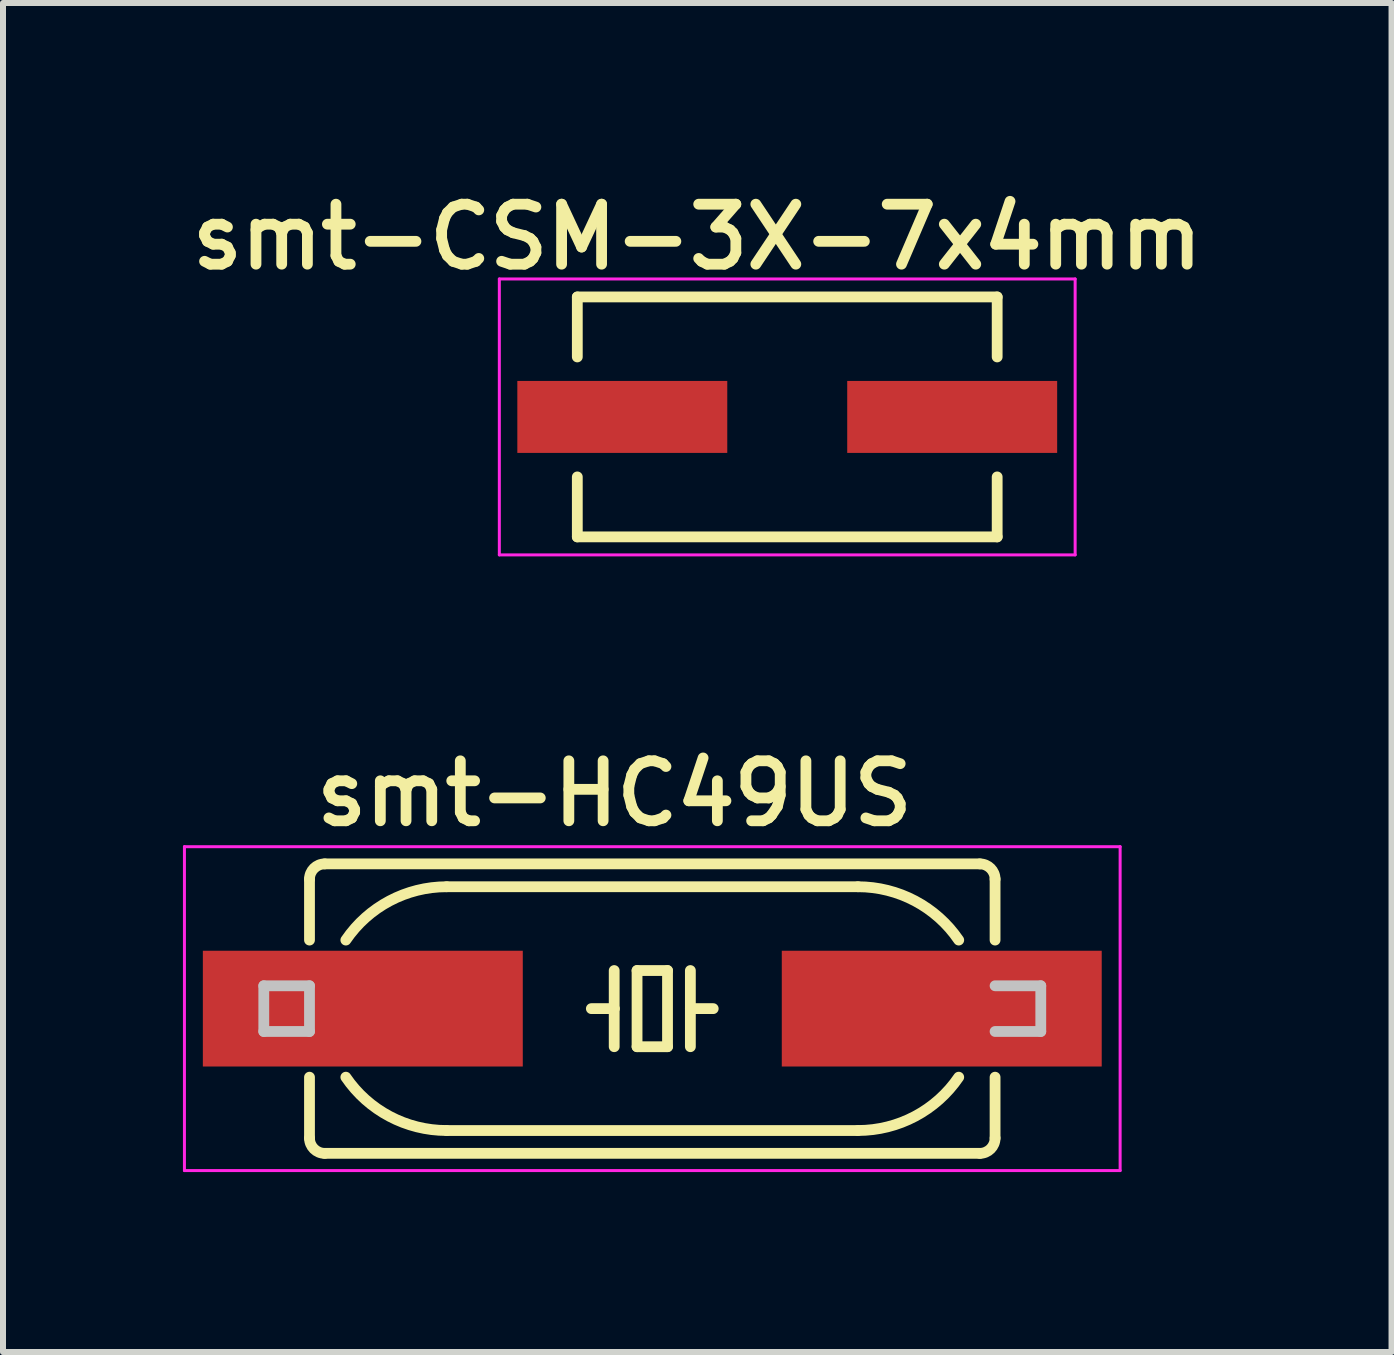
<source format=kicad_pcb>
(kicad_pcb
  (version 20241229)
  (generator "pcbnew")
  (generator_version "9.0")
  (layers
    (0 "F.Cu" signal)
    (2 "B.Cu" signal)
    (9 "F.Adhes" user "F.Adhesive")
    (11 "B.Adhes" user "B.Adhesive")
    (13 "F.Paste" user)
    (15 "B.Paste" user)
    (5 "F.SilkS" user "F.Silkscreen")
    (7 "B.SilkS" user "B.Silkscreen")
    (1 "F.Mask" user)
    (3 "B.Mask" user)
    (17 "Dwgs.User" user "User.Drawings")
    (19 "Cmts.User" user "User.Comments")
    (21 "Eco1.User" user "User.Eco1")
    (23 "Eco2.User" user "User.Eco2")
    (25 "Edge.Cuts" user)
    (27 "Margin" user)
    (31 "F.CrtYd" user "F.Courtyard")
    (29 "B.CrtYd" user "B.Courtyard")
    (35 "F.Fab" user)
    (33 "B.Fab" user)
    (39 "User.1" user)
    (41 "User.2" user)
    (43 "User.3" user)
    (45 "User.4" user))
  (footprint "smt-HC49US"
    (layer "F.Cu")
    (at 7.825 13.766)
    (property "Reference" "smt-HC49US" (at -5.7 -3 0) (layer "F.SilkS") (effects (font (size 1 1) (thickness 0.18)) (justify left bottom)))
    (attr through_hole)
    (fp_line (start -5.715 -1.143) (end -5.715 -2.159) (stroke (width 0.18) (type solid)) (layer "F.SilkS"))
    (fp_line (start -5.715 2.159) (end -5.715 1.143) (stroke (width 0.18) (type solid)) (layer "F.SilkS"))
    (fp_line (start -3.429 -2.032) (end 3.429 -2.032) (stroke (width 0.18) (type solid)) (layer "F.SilkS"))
    (fp_line (start -0.635 -0.635) (end -0.635 0) (stroke (width 0.18) (type solid)) (layer "F.SilkS"))
    (fp_line (start -0.635 0) (end -1.016 0) (stroke (width 0.18) (type solid)) (layer "F.SilkS"))
    (fp_line (start -0.635 0) (end -0.635 0.635) (stroke (width 0.18) (type solid)) (layer "F.SilkS"))
    (fp_line (start -0.254 -0.635) (end -0.254 0.635) (stroke (width 0.18) (type solid)) (layer "F.SilkS"))
    (fp_line (start -0.254 0.635) (end 0.254 0.635) (stroke (width 0.18) (type solid)) (layer "F.SilkS"))
    (fp_line (start 0.254 -0.635) (end -0.254 -0.635) (stroke (width 0.18) (type solid)) (layer "F.SilkS"))
    (fp_line (start 0.254 0.635) (end 0.254 -0.635) (stroke (width 0.18) (type solid)) (layer "F.SilkS"))
    (fp_line (start 0.635 -0.635) (end 0.635 0) (stroke (width 0.18) (type solid)) (layer "F.SilkS"))
    (fp_line (start 0.635 0) (end 0.635 0.635) (stroke (width 0.18) (type solid)) (layer "F.SilkS"))
    (fp_line (start 0.635 0) (end 1.016 0) (stroke (width 0.18) (type solid)) (layer "F.SilkS"))
    (fp_line (start 3.429 2.032) (end -3.429 2.032) (stroke (width 0.18) (type solid)) (layer "F.SilkS"))
    (fp_line (start 5.461 -2.413) (end -5.461 -2.413) (stroke (width 0.18) (type solid)) (layer "F.SilkS"))
    (fp_line (start 5.461 2.413) (end -5.461 2.413) (stroke (width 0.18) (type solid)) (layer "F.SilkS"))
    (fp_line (start 5.715 -1.143) (end 5.715 -2.159) (stroke (width 0.18) (type solid)) (layer "F.SilkS"))
    (fp_line (start 5.715 2.159) (end 5.715 1.143) (stroke (width 0.18) (type solid)) (layer "F.SilkS"))
    (fp_arc (start -5.715 -2.159) (mid -5.640605 -2.338605) (end -5.461 -2.413) (stroke (width 0.18) (type solid)) (layer "F.SilkS"))
    (fp_arc (start -5.461 2.413) (mid -5.640605 2.338605) (end -5.715 2.159) (stroke (width 0.18) (type solid)) (layer "F.SilkS"))
    (fp_arc (start -5.1091 -1.143) (mid -4.379417 -1.796107) (end -3.429 -2.032101) (stroke (width 0.18) (type solid)) (layer "F.SilkS"))
    (fp_arc (start -3.429 2.032001) (mid -4.379408 1.796063) (end -5.1091 1.143) (stroke (width 0.18) (type solid)) (layer "F.SilkS"))
    (fp_arc (start 3.429 -2.032) (mid 4.379408 -1.796062) (end 5.1091 -1.142999) (stroke (width 0.18) (type solid)) (layer "F.SilkS"))
    (fp_arc (start 5.109 1.142899) (mid 4.379368 1.795994) (end 3.429 2.032) (stroke (width 0.18) (type solid)) (layer "F.SilkS"))
    (fp_arc (start 5.461 -2.413) (mid 5.640605 -2.338605) (end 5.715 -2.159) (stroke (width 0.18) (type solid)) (layer "F.SilkS"))
    (fp_arc (start 5.715 2.159) (mid 5.640605 2.338605) (end 5.461 2.413) (stroke (width 0.18) (type solid)) (layer "F.SilkS"))
    (fp_line (start -6.477 0.381) (end -6.477 -0.381) (stroke (width 0.18) (type solid)) (layer "Dwgs.User"))
    (fp_line (start -5.715 -0.381) (end -6.477 -0.381) (stroke (width 0.18) (type solid)) (layer "Dwgs.User"))
    (fp_line (start -5.715 0.381) (end -6.477 0.381) (stroke (width 0.18) (type solid)) (layer "Dwgs.User"))
    (fp_line (start -5.715 0.381) (end -5.715 -0.381) (stroke (width 0.18) (type solid)) (layer "Dwgs.User"))
    (fp_line (start 5.715 -0.381) (end 6.477 -0.381) (stroke (width 0.18) (type solid)) (layer "Dwgs.User"))
    (fp_line (start 5.715 0.381) (end 6.477 0.381) (stroke (width 0.18) (type solid)) (layer "Dwgs.User"))
    (fp_line (start 6.477 0.381) (end 6.477 -0.381) (stroke (width 0.18) (type solid)) (layer "Dwgs.User"))
    (fp_line (start -7.8 -2.7) (end -7.8 2.7) (stroke (width 0.05) (type solid)) (layer "F.CrtYd"))
    (fp_line (start -7.8 -2.7) (end 7.8 -2.7) (stroke (width 0.05) (type solid)) (layer "F.CrtYd"))
    (fp_line (start 7.8 -2.7) (end 7.8 2.7) (stroke (width 0.05) (type solid)) (layer "F.CrtYd"))
    (fp_line (start 7.8 2.7) (end -7.8 2.7) (stroke (width 0.05) (type solid)) (layer "F.CrtYd"))
    (pad "1" smd rect (at -4.826 0) (size 5.334 1.93) (layers "F.Cu" "F.Mask" "F.Paste"))
    (pad "2" smd rect (at 4.826 0) (size 5.334 1.93) (layers "F.Cu" "F.Mask" "F.Paste")))
  (footprint "smt-CSM-3X-7x4mm"
    (layer "F.Cu")
    (at 10.075 3.901)
    (property "Reference" "smt-CSM-3X-7x4mm" (at -1.5 -3 0) (layer "F.SilkS") (effects (font (size 1 1) (thickness 0.18))))
    (attr through_hole)
    (fp_line (start -3.5 -2) (end -3.5 -1) (stroke (width 0.18) (type solid)) (layer "F.SilkS"))
    (fp_line (start -3.5 -2) (end 3.5 -2) (stroke (width 0.18) (type solid)) (layer "F.SilkS"))
    (fp_line (start -3.5 2) (end -3.5 1) (stroke (width 0.18) (type solid)) (layer "F.SilkS"))
    (fp_line (start 3.5 -2) (end 3.5 -1) (stroke (width 0.18) (type solid)) (layer "F.SilkS"))
    (fp_line (start 3.5 1) (end 3.5 2) (stroke (width 0.18) (type solid)) (layer "F.SilkS"))
    (fp_line (start 3.5 2) (end -3.5 2) (stroke (width 0.18) (type solid)) (layer "F.SilkS"))
    (fp_line (start -4.8 -2.3) (end 4.8 -2.3) (stroke (width 0.05) (type solid)) (layer "F.CrtYd"))
    (fp_line (start -4.8 2.3) (end -4.8 -2.3) (stroke (width 0.05) (type solid)) (layer "F.CrtYd"))
    (fp_line (start 4.8 -2.3) (end 4.8 2.3) (stroke (width 0.05) (type solid)) (layer "F.CrtYd"))
    (fp_line (start 4.8 2.3) (end -4.8 2.3) (stroke (width 0.05) (type solid)) (layer "F.CrtYd"))
    (pad "1" smd rect (at -2.75 0) (size 3.5 1.2) (layers "F.Cu" "F.Mask" "F.Paste"))
    (pad "2" smd rect (at 2.75 0) (size 3.5 1.2) (layers "F.Cu" "F.Mask" "F.Paste")))
  (gr_rect
    (start -3 -3)
    (end 20.15 19.491)
    (stroke (width 0.1) (type default))
    (fill no)
    (layer "Edge.Cuts")))
</source>
